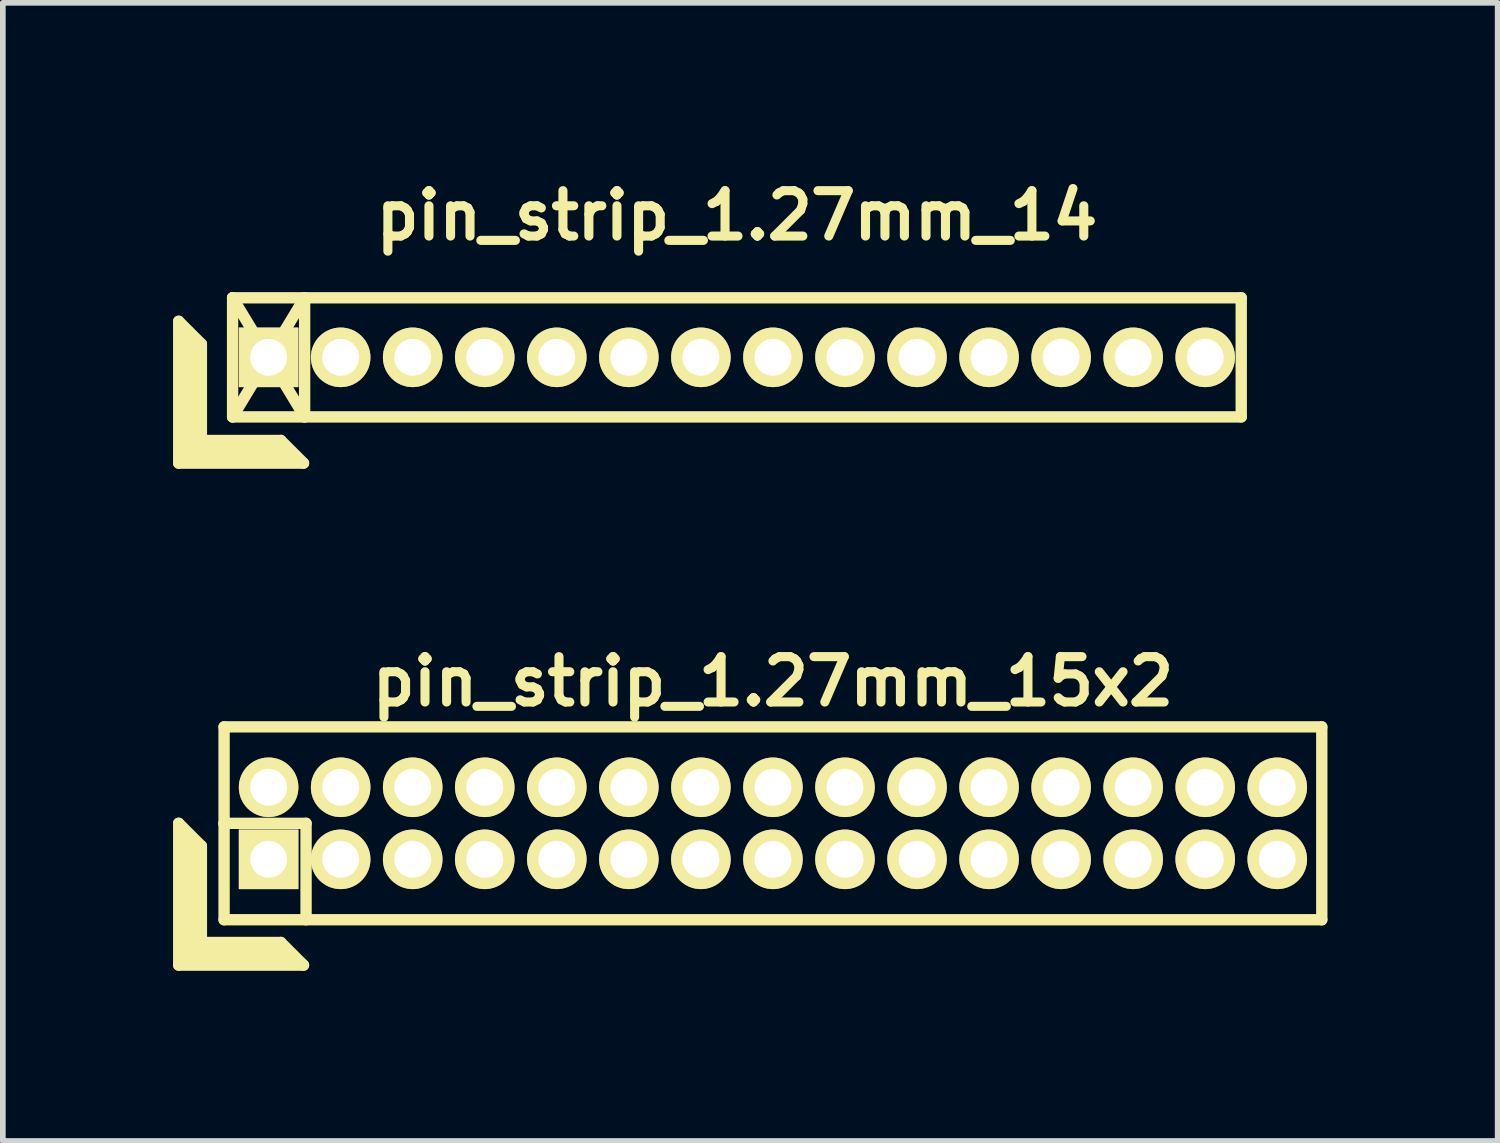
<source format=kicad_pcb>
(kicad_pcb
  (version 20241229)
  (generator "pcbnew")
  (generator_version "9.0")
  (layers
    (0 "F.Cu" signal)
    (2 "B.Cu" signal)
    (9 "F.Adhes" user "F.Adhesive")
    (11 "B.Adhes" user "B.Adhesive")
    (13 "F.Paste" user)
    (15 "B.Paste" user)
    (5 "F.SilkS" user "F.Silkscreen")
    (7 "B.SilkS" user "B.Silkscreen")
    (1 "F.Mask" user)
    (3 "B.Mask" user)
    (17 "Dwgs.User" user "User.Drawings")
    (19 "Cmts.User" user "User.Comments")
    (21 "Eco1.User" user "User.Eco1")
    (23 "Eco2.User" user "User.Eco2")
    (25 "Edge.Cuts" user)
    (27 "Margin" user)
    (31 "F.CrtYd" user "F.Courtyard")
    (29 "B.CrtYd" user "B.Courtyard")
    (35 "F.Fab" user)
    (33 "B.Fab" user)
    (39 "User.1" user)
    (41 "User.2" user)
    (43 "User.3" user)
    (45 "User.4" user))
  (footprint "pin_strip_1.27mm_14"
    (layer "F.Cu")
    (at 9.94 3.249)
    (property "Reference" "pin_strip_1.27mm_14" (at 0 -2.5 0) (layer "F.SilkS") (effects (font (size 0.8 0.8) (thickness 0.16))))
    (attr through_hole)
    (fp_line (start -9.84 -0.635) (end -9.84 1.865) (stroke (width 0.2) (type solid)) (layer "F.SilkS"))
    (fp_line (start -9.84 -0.635) (end -9.44 -0.235) (stroke (width 0.2) (type solid)) (layer "F.SilkS"))
    (fp_line (start -9.84 1.865) (end -7.64 1.865) (stroke (width 0.2) (type solid)) (layer "F.SilkS"))
    (fp_line (start -9.74 1.765) (end -9.74 -0.435) (stroke (width 0.2) (type solid)) (layer "F.SilkS"))
    (fp_line (start -9.74 1.765) (end -7.84 1.765) (stroke (width 0.2) (type solid)) (layer "F.SilkS"))
    (fp_line (start -9.64 1.665) (end -9.64 -0.335) (stroke (width 0.2) (type solid)) (layer "F.SilkS"))
    (fp_line (start -9.64 1.665) (end -7.94 1.665) (stroke (width 0.2) (type solid)) (layer "F.SilkS"))
    (fp_line (start -9.54 1.565) (end -9.54 -0.235) (stroke (width 0.2) (type solid)) (layer "F.SilkS"))
    (fp_line (start -9.54 1.565) (end -8.04 1.565) (stroke (width 0.2) (type solid)) (layer "F.SilkS"))
    (fp_line (start -9.44 1.465) (end -9.44 -0.235) (stroke (width 0.2) (type solid)) (layer "F.SilkS"))
    (fp_line (start -9.44 1.465) (end -8.04 1.465) (stroke (width 0.2) (type solid)) (layer "F.SilkS"))
    (fp_line (start -8.89 -1.05) (end -7.62 1.05) (stroke (width 0.2) (type solid)) (layer "F.SilkS"))
    (fp_line (start -8.89 -1.05) (end 8.89 -1.05) (stroke (width 0.2) (type solid)) (layer "F.SilkS"))
    (fp_line (start -8.89 1.05) (end -8.89 -1.05) (stroke (width 0.2) (type solid)) (layer "F.SilkS"))
    (fp_line (start -8.89 1.05) (end -7.62 -1.05) (stroke (width 0.2) (type solid)) (layer "F.SilkS"))
    (fp_line (start -8.04 1.465) (end -7.64 1.865) (stroke (width 0.2) (type solid)) (layer "F.SilkS"))
    (fp_line (start -7.62 -1.05) (end -7.62 1.05) (stroke (width 0.2) (type solid)) (layer "F.SilkS"))
    (fp_line (start 8.89 -1.05) (end 8.89 1.05) (stroke (width 0.2) (type solid)) (layer "F.SilkS"))
    (fp_line (start 8.89 1.05) (end -8.89 1.05) (stroke (width 0.2) (type solid)) (layer "F.SilkS"))
    (pad "1" thru_hole rect (at -8.255 0) (size 1.05 1.05) (drill 0.65) (layers "*.Cu" "*.Mask" "F.SilkS"))
    (pad "2" thru_hole oval (at -6.985 0) (size 1.05 1.05) (drill 0.65) (layers "*.Cu" "*.Mask" "F.SilkS"))
    (pad "3" thru_hole oval (at -5.715 0) (size 1.05 1.05) (drill 0.65) (layers "*.Cu" "*.Mask" "F.SilkS"))
    (pad "4" thru_hole oval (at -4.445 0) (size 1.05 1.05) (drill 0.65) (layers "*.Cu" "*.Mask" "F.SilkS"))
    (pad "5" thru_hole oval (at -3.175 0) (size 1.05 1.05) (drill 0.65) (layers "*.Cu" "*.Mask" "F.SilkS"))
    (pad "6" thru_hole oval (at -1.905 0) (size 1.05 1.05) (drill 0.65) (layers "*.Cu" "*.Mask" "F.SilkS"))
    (pad "7" thru_hole oval (at -0.635 0) (size 1.05 1.05) (drill 0.65) (layers "*.Cu" "*.Mask" "F.SilkS"))
    (pad "8" thru_hole oval (at 0.635 0) (size 1.05 1.05) (drill 0.65) (layers "*.Cu" "*.Mask" "F.SilkS"))
    (pad "9" thru_hole oval (at 1.905 0) (size 1.05 1.05) (drill 0.65) (layers "*.Cu" "*.Mask" "F.SilkS"))
    (pad "10" thru_hole oval (at 3.175 0) (size 1.05 1.05) (drill 0.65) (layers "*.Cu" "*.Mask" "F.SilkS"))
    (pad "11" thru_hole oval (at 4.445 0) (size 1.05 1.05) (drill 0.65) (layers "*.Cu" "*.Mask" "F.SilkS"))
    (pad "12" thru_hole oval (at 5.715 0) (size 1.05 1.05) (drill 0.65) (layers "*.Cu" "*.Mask" "F.SilkS"))
    (pad "13" thru_hole oval (at 6.985 0) (size 1.05 1.05) (drill 0.65) (layers "*.Cu" "*.Mask" "F.SilkS"))
    (pad "14" thru_hole oval (at 8.255 0) (size 1.05 1.05) (drill 0.65) (layers "*.Cu" "*.Mask" "F.SilkS")))
  (footprint "pin_strip_1.27mm_15x2"
    (layer "F.Cu")
    (at 10.575 11.463)
    (property "Reference" "pin_strip_1.27mm_15x2" (at 0 -2.5 0) (layer "F.SilkS") (effects (font (size 0.8 0.8) (thickness 0.16))))
    (attr through_hole)
    (fp_line (start -10.475 0) (end -10.475 2.5) (stroke (width 0.2) (type solid)) (layer "F.SilkS"))
    (fp_line (start -10.475 0) (end -10.075 0.4) (stroke (width 0.2) (type solid)) (layer "F.SilkS"))
    (fp_line (start -10.475 2.5) (end -8.275 2.5) (stroke (width 0.2) (type solid)) (layer "F.SilkS"))
    (fp_line (start -10.375 2.4) (end -10.375 0.2) (stroke (width 0.2) (type solid)) (layer "F.SilkS"))
    (fp_line (start -10.375 2.4) (end -8.475 2.4) (stroke (width 0.2) (type solid)) (layer "F.SilkS"))
    (fp_line (start -10.275 2.3) (end -10.275 0.3) (stroke (width 0.2) (type solid)) (layer "F.SilkS"))
    (fp_line (start -10.275 2.3) (end -8.575 2.3) (stroke (width 0.2) (type solid)) (layer "F.SilkS"))
    (fp_line (start -10.175 2.2) (end -10.175 0.4) (stroke (width 0.2) (type solid)) (layer "F.SilkS"))
    (fp_line (start -10.175 2.2) (end -8.675 2.2) (stroke (width 0.2) (type solid)) (layer "F.SilkS"))
    (fp_line (start -10.075 2.1) (end -10.075 0.4) (stroke (width 0.2) (type solid)) (layer "F.SilkS"))
    (fp_line (start -10.075 2.1) (end -8.675 2.1) (stroke (width 0.2) (type solid)) (layer "F.SilkS"))
    (fp_line (start -9.68 0) (end -8.23 0) (stroke (width 0.2) (type solid)) (layer "F.SilkS"))
    (fp_line (start -9.675 -1.7) (end 9.675 -1.7) (stroke (width 0.2) (type solid)) (layer "F.SilkS"))
    (fp_line (start -9.675 1.7) (end -9.675 -1.7) (stroke (width 0.2) (type solid)) (layer "F.SilkS"))
    (fp_line (start -8.675 2.1) (end -8.275 2.5) (stroke (width 0.2) (type solid)) (layer "F.SilkS"))
    (fp_line (start -8.23 0) (end -8.23 1.7) (stroke (width 0.2) (type solid)) (layer "F.SilkS"))
    (fp_line (start 9.675 -1.7) (end 9.675 1.7) (stroke (width 0.2) (type solid)) (layer "F.SilkS"))
    (fp_line (start 9.675 1.7) (end -9.675 1.7) (stroke (width 0.2) (type solid)) (layer "F.SilkS"))
    (pad "1" thru_hole rect (at -8.89 0.635) (size 1.05 1.05) (drill 0.65) (layers "*.Cu" "*.Mask" "F.SilkS"))
    (pad "2" thru_hole oval (at -8.89 -0.635) (size 1.05 1.05) (drill 0.65) (layers "*.Cu" "*.Mask" "F.SilkS"))
    (pad "3" thru_hole oval (at -7.62 0.635) (size 1.05 1.05) (drill 0.65) (layers "*.Cu" "*.Mask" "F.SilkS"))
    (pad "4" thru_hole oval (at -7.62 -0.635) (size 1.05 1.05) (drill 0.65) (layers "*.Cu" "*.Mask" "F.SilkS"))
    (pad "5" thru_hole oval (at -6.35 0.635) (size 1.05 1.05) (drill 0.65) (layers "*.Cu" "*.Mask" "F.SilkS"))
    (pad "6" thru_hole oval (at -6.35 -0.635) (size 1.05 1.05) (drill 0.65) (layers "*.Cu" "*.Mask" "F.SilkS"))
    (pad "7" thru_hole oval (at -5.08 0.635) (size 1.05 1.05) (drill 0.65) (layers "*.Cu" "*.Mask" "F.SilkS"))
    (pad "8" thru_hole oval (at -5.08 -0.635) (size 1.05 1.05) (drill 0.65) (layers "*.Cu" "*.Mask" "F.SilkS"))
    (pad "9" thru_hole oval (at -3.81 0.635) (size 1.05 1.05) (drill 0.65) (layers "*.Cu" "*.Mask" "F.SilkS"))
    (pad "10" thru_hole oval (at -3.81 -0.635) (size 1.05 1.05) (drill 0.65) (layers "*.Cu" "*.Mask" "F.SilkS"))
    (pad "11" thru_hole oval (at -2.54 0.635) (size 1.05 1.05) (drill 0.65) (layers "*.Cu" "*.Mask" "F.SilkS"))
    (pad "12" thru_hole oval (at -2.54 -0.635) (size 1.05 1.05) (drill 0.65) (layers "*.Cu" "*.Mask" "F.SilkS"))
    (pad "13" thru_hole oval (at -1.27 0.635) (size 1.05 1.05) (drill 0.65) (layers "*.Cu" "*.Mask" "F.SilkS"))
    (pad "14" thru_hole oval (at -1.27 -0.635) (size 1.05 1.05) (drill 0.65) (layers "*.Cu" "*.Mask" "F.SilkS"))
    (pad "15" thru_hole oval (at 0 0.635) (size 1.05 1.05) (drill 0.65) (layers "*.Cu" "*.Mask" "F.SilkS"))
    (pad "16" thru_hole oval (at 0 -0.635) (size 1.05 1.05) (drill 0.65) (layers "*.Cu" "*.Mask" "F.SilkS"))
    (pad "17" thru_hole oval (at 1.27 0.635) (size 1.05 1.05) (drill 0.65) (layers "*.Cu" "*.Mask" "F.SilkS"))
    (pad "18" thru_hole oval (at 1.27 -0.635) (size 1.05 1.05) (drill 0.65) (layers "*.Cu" "*.Mask" "F.SilkS"))
    (pad "19" thru_hole oval (at 2.54 0.635) (size 1.05 1.05) (drill 0.65) (layers "*.Cu" "*.Mask" "F.SilkS"))
    (pad "20" thru_hole oval (at 2.54 -0.635) (size 1.05 1.05) (drill 0.65) (layers "*.Cu" "*.Mask" "F.SilkS"))
    (pad "21" thru_hole oval (at 3.81 0.635) (size 1.05 1.05) (drill 0.65) (layers "*.Cu" "*.Mask" "F.SilkS"))
    (pad "22" thru_hole oval (at 3.81 -0.635) (size 1.05 1.05) (drill 0.65) (layers "*.Cu" "*.Mask" "F.SilkS"))
    (pad "23" thru_hole oval (at 5.08 0.635) (size 1.05 1.05) (drill 0.65) (layers "*.Cu" "*.Mask" "F.SilkS"))
    (pad "24" thru_hole oval (at 5.08 -0.635) (size 1.05 1.05) (drill 0.65) (layers "*.Cu" "*.Mask" "F.SilkS"))
    (pad "25" thru_hole oval (at 6.35 0.635) (size 1.05 1.05) (drill 0.65) (layers "*.Cu" "*.Mask" "F.SilkS"))
    (pad "26" thru_hole oval (at 6.35 -0.635) (size 1.05 1.05) (drill 0.65) (layers "*.Cu" "*.Mask" "F.SilkS"))
    (pad "27" thru_hole oval (at 7.62 0.635) (size 1.05 1.05) (drill 0.65) (layers "*.Cu" "*.Mask" "F.SilkS"))
    (pad "28" thru_hole oval (at 7.62 -0.635) (size 1.05 1.05) (drill 0.65) (layers "*.Cu" "*.Mask" "F.SilkS"))
    (pad "29" thru_hole oval (at 8.89 0.635) (size 1.05 1.05) (drill 0.65) (layers "*.Cu" "*.Mask" "F.SilkS"))
    (pad "30" thru_hole oval (at 8.89 -0.635) (size 1.05 1.05) (drill 0.65) (layers "*.Cu" "*.Mask" "F.SilkS")))
  (gr_rect
    (start -3 -3)
    (end 23.35 17.063)
    (stroke (width 0.1) (type default))
    (fill no)
    (layer "Edge.Cuts")))
</source>
